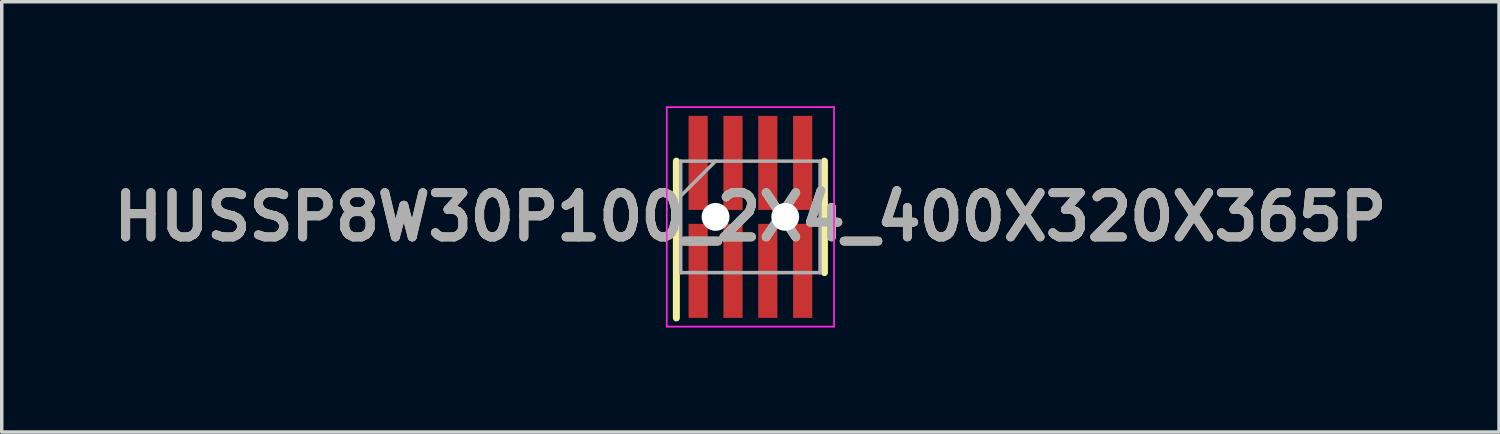
<source format=kicad_pcb>
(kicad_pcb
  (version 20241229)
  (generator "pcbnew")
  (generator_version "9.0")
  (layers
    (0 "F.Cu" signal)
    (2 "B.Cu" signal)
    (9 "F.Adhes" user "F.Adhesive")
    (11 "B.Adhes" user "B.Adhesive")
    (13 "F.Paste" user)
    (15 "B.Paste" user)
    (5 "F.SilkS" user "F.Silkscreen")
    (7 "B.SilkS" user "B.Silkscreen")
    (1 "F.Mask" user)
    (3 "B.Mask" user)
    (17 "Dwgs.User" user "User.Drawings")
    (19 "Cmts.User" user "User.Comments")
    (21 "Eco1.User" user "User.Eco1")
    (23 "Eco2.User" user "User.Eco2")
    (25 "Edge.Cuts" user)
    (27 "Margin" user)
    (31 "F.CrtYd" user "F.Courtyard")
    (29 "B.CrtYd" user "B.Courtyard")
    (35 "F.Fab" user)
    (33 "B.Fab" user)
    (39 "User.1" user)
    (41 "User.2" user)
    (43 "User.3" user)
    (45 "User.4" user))
  (footprint "HUSSP8W30P100_2X4_400X320X365P"
    (layer "F.Cu")
    (at 18.488 3.175)
    (property "Reference" "HUSSP8W30P100_2X4_400X320X365P" (at 0 0 0) (layer "F.SilkS") (effects (font (size 1.27 1.27) (thickness 0.254))))
    (attr through_hole)
    (fp_line (start -2.125 2.9) (end -2.125 -1.6) (stroke (width 0.2) (type solid)) (layer "F.SilkS"))
    (fp_line (start 2.125 1.6) (end 2.125 -1.6) (stroke (width 0.2) (type solid)) (layer "F.SilkS"))
    (fp_line (start -2.4 -3.15) (end 2.4 -3.15) (stroke (width 0.05) (type solid)) (layer "F.CrtYd"))
    (fp_line (start -2.4 3.15) (end -2.4 -3.15) (stroke (width 0.05) (type solid)) (layer "F.CrtYd"))
    (fp_line (start 2.4 -3.15) (end 2.4 3.15) (stroke (width 0.05) (type solid)) (layer "F.CrtYd"))
    (fp_line (start 2.4 3.15) (end -2.4 3.15) (stroke (width 0.05) (type solid)) (layer "F.CrtYd"))
    (fp_line (start -2 -1.6) (end 2 -1.6) (stroke (width 0.1) (type solid)) (layer "F.Fab"))
    (fp_line (start -2 -0.6) (end -1 -1.6) (stroke (width 0.1) (type solid)) (layer "F.Fab"))
    (fp_line (start -2 1.6) (end -2 -1.6) (stroke (width 0.1) (type solid)) (layer "F.Fab"))
    (fp_line (start 2 -1.6) (end 2 1.6) (stroke (width 0.1) (type solid)) (layer "F.Fab"))
    (fp_line (start 2 1.6) (end -2 1.6) (stroke (width 0.1) (type solid)) (layer "F.Fab"))
    (fp_text user "${REFERENCE}" (at 0 0 0) (layer "F.Fab") (effects (font (size 1.27 1.27) (thickness 0.254))))
    (pad "" np_thru_hole circle (at -1 0) (size 0.8 0.8) (drill 0.8) (layers "*.Cu" "*.Mask"))
    (pad "" np_thru_hole circle (at 1 0) (size 0.8 0.8) (drill 0.8) (layers "*.Cu" "*.Mask"))
    (pad "1" smd rect (at -1.5 1.55) (size 0.55 2.7) (layers "F.Cu" "F.Mask" "F.Paste"))
    (pad "2" smd rect (at -1.5 -1.55) (size 0.55 2.7) (layers "F.Cu" "F.Mask" "F.Paste"))
    (pad "3" smd rect (at -0.5 1.55) (size 0.55 2.7) (layers "F.Cu" "F.Mask" "F.Paste"))
    (pad "4" smd rect (at -0.5 -1.55) (size 0.55 2.7) (layers "F.Cu" "F.Mask" "F.Paste"))
    (pad "5" smd rect (at 0.5 1.55) (size 0.55 2.7) (layers "F.Cu" "F.Mask" "F.Paste"))
    (pad "6" smd rect (at 0.5 -1.55) (size 0.55 2.7) (layers "F.Cu" "F.Mask" "F.Paste"))
    (pad "7" smd rect (at 1.5 1.55) (size 0.55 2.7) (layers "F.Cu" "F.Mask" "F.Paste"))
    (pad "8" smd rect (at 1.5 -1.55) (size 0.55 2.7) (layers "F.Cu" "F.Mask" "F.Paste")))
  (gr_rect
    (start -3 -3)
    (end 39.975 9.35)
    (stroke (width 0.1) (type default))
    (fill no)
    (layer "Edge.Cuts")))
</source>
